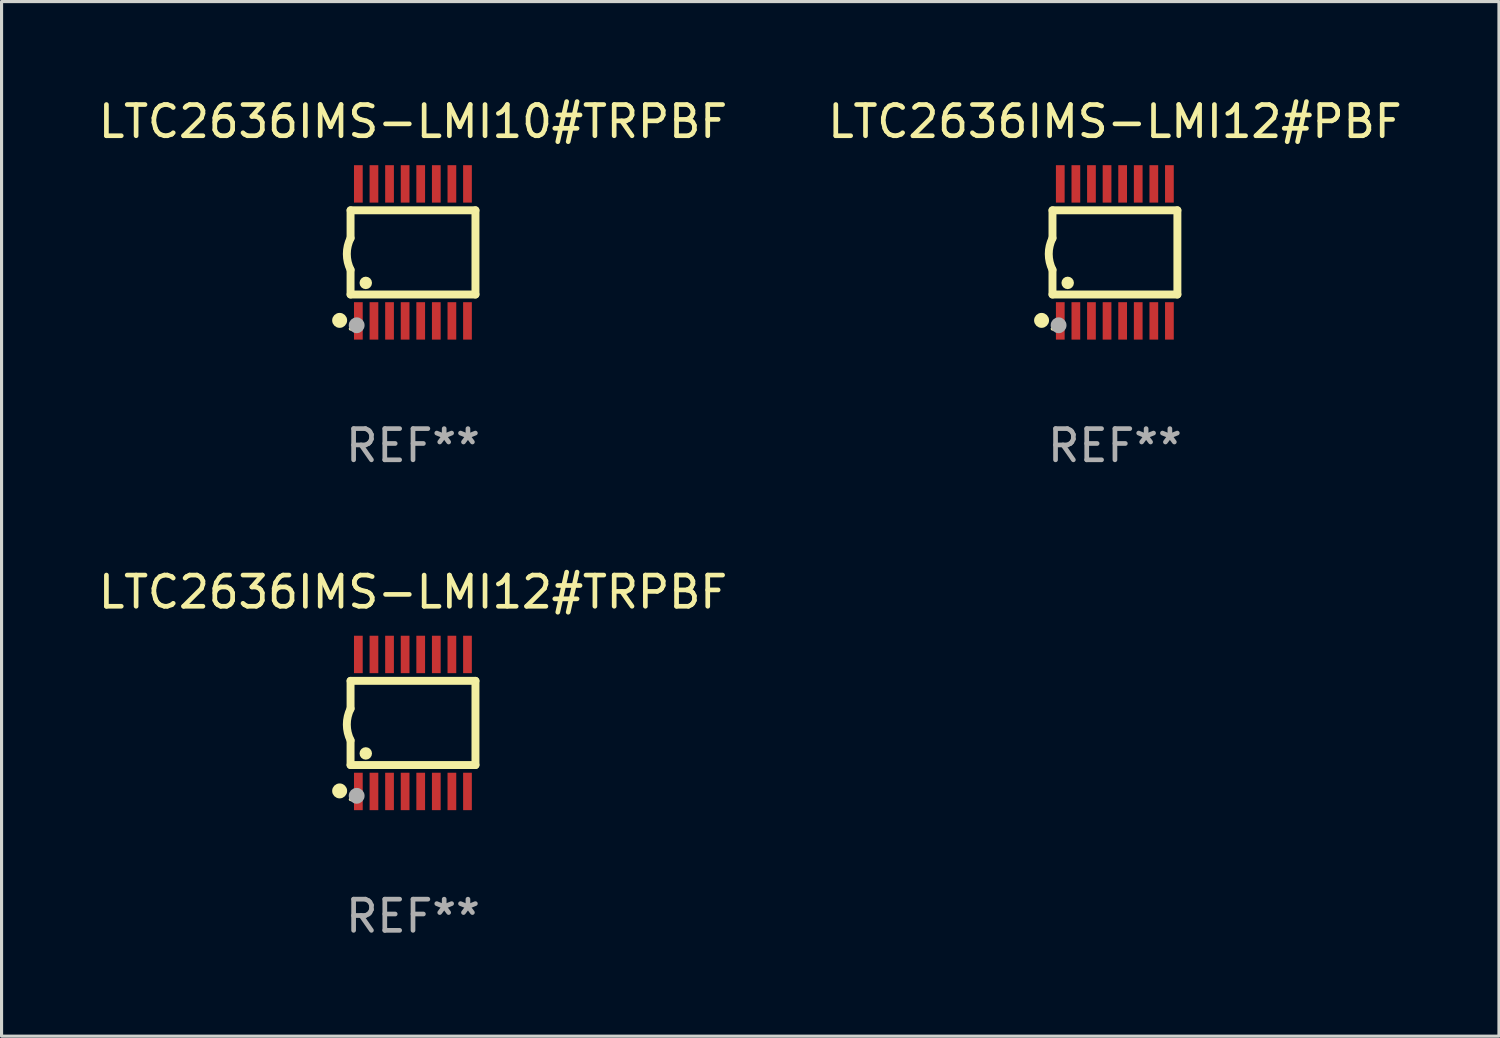
<source format=kicad_pcb>
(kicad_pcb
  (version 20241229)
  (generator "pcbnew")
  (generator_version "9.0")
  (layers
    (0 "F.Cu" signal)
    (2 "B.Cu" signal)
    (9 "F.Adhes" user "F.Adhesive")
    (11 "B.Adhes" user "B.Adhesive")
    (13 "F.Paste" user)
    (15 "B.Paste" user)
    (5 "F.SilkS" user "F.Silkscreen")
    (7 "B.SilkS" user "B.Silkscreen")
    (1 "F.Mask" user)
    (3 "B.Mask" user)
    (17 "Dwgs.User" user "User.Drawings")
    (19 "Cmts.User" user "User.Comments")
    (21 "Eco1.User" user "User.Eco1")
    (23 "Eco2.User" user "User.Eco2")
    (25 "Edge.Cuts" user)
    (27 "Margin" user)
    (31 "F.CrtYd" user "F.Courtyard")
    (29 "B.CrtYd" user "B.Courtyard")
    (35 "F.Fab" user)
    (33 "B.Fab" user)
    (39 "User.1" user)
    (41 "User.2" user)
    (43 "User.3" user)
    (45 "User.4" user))
  (footprint "LTC2636IMS-LMI10#TRPBF"
    (layer "F.Cu")
    (at 10.196 5.045)
    (property "Reference" "LTC2636IMS-LMI10#TRPBF" (at 0 -4.197 0) (layer "F.SilkS") (effects (font (size 1 1) (thickness 0.15))))
    (attr through_hole)
    (fp_line (start -2.003 -1.35) (end -2.003 -0.457) (stroke (width 0.254) (type solid)) (layer "F.SilkS"))
    (fp_line (start -2.003 -1.35) (end 2.003 -1.35) (stroke (width 0.254) (type solid)) (layer "F.SilkS"))
    (fp_line (start -2.003 1.35) (end -2.003 0.559) (stroke (width 0.254) (type solid)) (layer "F.SilkS"))
    (fp_line (start -2.003 1.35) (end 2.003 1.35) (stroke (width 0.254) (type solid)) (layer "F.SilkS"))
    (fp_line (start 2.003 -1.35) (end 2.003 1.35) (stroke (width 0.254) (type solid)) (layer "F.SilkS"))
    (fp_arc (start -2.002286 0.558802) (mid -2.122556 0.05092) (end -2.003302 -0.457201) (stroke (width 0.254001) (type solid)) (layer "F.SilkS"))
    (fp_circle (center -2.353 2.18) (end -2.233 2.18) (stroke (width 0.24) (type solid)) (fill no) (layer "F.SilkS"))
    (fp_circle (center -2.003 2.45) (end -1.973 2.45) (stroke (width 0.06) (type solid)) (fill no) (layer "F.SilkS"))
    (fp_circle (center -1.515 0.978) (end -1.415 0.978) (stroke (width 0.2) (type solid)) (fill no) (layer "F.SilkS"))
    (fp_circle (center -1.807 2.337) (end -1.68 2.337) (stroke (width 0.254) (type solid)) (fill no) (layer "F.Fab"))
    (fp_text user "REF**" (at 0 6.197 0) (layer "F.Fab") (effects (font (size 1 1) (thickness 0.15))))
    (pad "1" smd rect (at -1.753 2.197 90) (size 1.2 0.28) (layers "F.Cu" "F.Mask" "F.Paste"))
    (pad "2" smd rect (at -1.253 2.197 90) (size 1.2 0.28) (layers "F.Cu" "F.Mask" "F.Paste"))
    (pad "3" smd rect (at -0.753 2.197 90) (size 1.2 0.28) (layers "F.Cu" "F.Mask" "F.Paste"))
    (pad "4" smd rect (at -0.253 2.197 90) (size 1.2 0.28) (layers "F.Cu" "F.Mask" "F.Paste"))
    (pad "5" smd rect (at 0.247 2.197 90) (size 1.2 0.28) (layers "F.Cu" "F.Mask" "F.Paste"))
    (pad "6" smd rect (at 0.747 2.197 90) (size 1.2 0.28) (layers "F.Cu" "F.Mask" "F.Paste"))
    (pad "7" smd rect (at 1.247 2.197 90) (size 1.2 0.28) (layers "F.Cu" "F.Mask" "F.Paste"))
    (pad "8" smd rect (at 1.747 2.197 90) (size 1.2 0.28) (layers "F.Cu" "F.Mask" "F.Paste"))
    (pad "9" smd rect (at 1.747 -2.197 90) (size 1.2 0.28) (layers "F.Cu" "F.Mask" "F.Paste"))
    (pad "10" smd rect (at 1.247 -2.197 90) (size 1.2 0.28) (layers "F.Cu" "F.Mask" "F.Paste"))
    (pad "11" smd rect (at 0.747 -2.197 90) (size 1.2 0.28) (layers "F.Cu" "F.Mask" "F.Paste"))
    (pad "12" smd rect (at 0.247 -2.197 90) (size 1.2 0.28) (layers "F.Cu" "F.Mask" "F.Paste"))
    (pad "13" smd rect (at -0.253 -2.197 90) (size 1.2 0.28) (layers "F.Cu" "F.Mask" "F.Paste"))
    (pad "14" smd rect (at -0.753 -2.197 90) (size 1.2 0.28) (layers "F.Cu" "F.Mask" "F.Paste"))
    (pad "15" smd rect (at -1.253 -2.197 90) (size 1.2 0.28) (layers "F.Cu" "F.Mask" "F.Paste"))
    (pad "16" smd rect (at -1.753 -2.197 90) (size 1.2 0.28) (layers "F.Cu" "F.Mask" "F.Paste")))
  (footprint "LTC2636IMS-LMI12#TRPBF"
    (layer "F.Cu")
    (at 10.196 20.136)
    (property "Reference" "LTC2636IMS-LMI12#TRPBF" (at 0 -4.197 0) (layer "F.SilkS") (effects (font (size 1 1) (thickness 0.15))))
    (attr through_hole)
    (fp_line (start -2.003 -1.35) (end -2.003 -0.457) (stroke (width 0.254) (type solid)) (layer "F.SilkS"))
    (fp_line (start -2.003 -1.35) (end 2.003 -1.35) (stroke (width 0.254) (type solid)) (layer "F.SilkS"))
    (fp_line (start -2.003 1.35) (end -2.003 0.559) (stroke (width 0.254) (type solid)) (layer "F.SilkS"))
    (fp_line (start -2.003 1.35) (end 2.003 1.35) (stroke (width 0.254) (type solid)) (layer "F.SilkS"))
    (fp_line (start 2.003 -1.35) (end 2.003 1.35) (stroke (width 0.254) (type solid)) (layer "F.SilkS"))
    (fp_arc (start -2.002286 0.558802) (mid -2.122556 0.05092) (end -2.003302 -0.457201) (stroke (width 0.254001) (type solid)) (layer "F.SilkS"))
    (fp_circle (center -2.353 2.18) (end -2.233 2.18) (stroke (width 0.24) (type solid)) (fill no) (layer "F.SilkS"))
    (fp_circle (center -2.003 2.45) (end -1.973 2.45) (stroke (width 0.06) (type solid)) (fill no) (layer "F.SilkS"))
    (fp_circle (center -1.515 0.978) (end -1.415 0.978) (stroke (width 0.2) (type solid)) (fill no) (layer "F.SilkS"))
    (fp_circle (center -1.807 2.337) (end -1.68 2.337) (stroke (width 0.254) (type solid)) (fill no) (layer "F.Fab"))
    (fp_text user "REF**" (at 0 6.197 0) (layer "F.Fab") (effects (font (size 1 1) (thickness 0.15))))
    (pad "1" smd rect (at -1.753 2.197 90) (size 1.2 0.28) (layers "F.Cu" "F.Mask" "F.Paste"))
    (pad "2" smd rect (at -1.253 2.197 90) (size 1.2 0.28) (layers "F.Cu" "F.Mask" "F.Paste"))
    (pad "3" smd rect (at -0.753 2.197 90) (size 1.2 0.28) (layers "F.Cu" "F.Mask" "F.Paste"))
    (pad "4" smd rect (at -0.253 2.197 90) (size 1.2 0.28) (layers "F.Cu" "F.Mask" "F.Paste"))
    (pad "5" smd rect (at 0.247 2.197 90) (size 1.2 0.28) (layers "F.Cu" "F.Mask" "F.Paste"))
    (pad "6" smd rect (at 0.747 2.197 90) (size 1.2 0.28) (layers "F.Cu" "F.Mask" "F.Paste"))
    (pad "7" smd rect (at 1.247 2.197 90) (size 1.2 0.28) (layers "F.Cu" "F.Mask" "F.Paste"))
    (pad "8" smd rect (at 1.747 2.197 90) (size 1.2 0.28) (layers "F.Cu" "F.Mask" "F.Paste"))
    (pad "9" smd rect (at 1.747 -2.197 90) (size 1.2 0.28) (layers "F.Cu" "F.Mask" "F.Paste"))
    (pad "10" smd rect (at 1.247 -2.197 90) (size 1.2 0.28) (layers "F.Cu" "F.Mask" "F.Paste"))
    (pad "11" smd rect (at 0.747 -2.197 90) (size 1.2 0.28) (layers "F.Cu" "F.Mask" "F.Paste"))
    (pad "12" smd rect (at 0.247 -2.197 90) (size 1.2 0.28) (layers "F.Cu" "F.Mask" "F.Paste"))
    (pad "13" smd rect (at -0.253 -2.197 90) (size 1.2 0.28) (layers "F.Cu" "F.Mask" "F.Paste"))
    (pad "14" smd rect (at -0.753 -2.197 90) (size 1.2 0.28) (layers "F.Cu" "F.Mask" "F.Paste"))
    (pad "15" smd rect (at -1.253 -2.197 90) (size 1.2 0.28) (layers "F.Cu" "F.Mask" "F.Paste"))
    (pad "16" smd rect (at -1.753 -2.197 90) (size 1.2 0.28) (layers "F.Cu" "F.Mask" "F.Paste")))
  (footprint "LTC2636IMS-LMI12#PBF"
    (layer "F.Cu")
    (at 32.708 5.045)
    (property "Reference" "LTC2636IMS-LMI12#PBF" (at 0 -4.197 0) (layer "F.SilkS") (effects (font (size 1 1) (thickness 0.15))))
    (attr through_hole)
    (fp_line (start -2.003 -1.35) (end -2.003 -0.457) (stroke (width 0.254) (type solid)) (layer "F.SilkS"))
    (fp_line (start -2.003 -1.35) (end 2.003 -1.35) (stroke (width 0.254) (type solid)) (layer "F.SilkS"))
    (fp_line (start -2.003 1.35) (end -2.003 0.559) (stroke (width 0.254) (type solid)) (layer "F.SilkS"))
    (fp_line (start -2.003 1.35) (end 2.003 1.35) (stroke (width 0.254) (type solid)) (layer "F.SilkS"))
    (fp_line (start 2.003 -1.35) (end 2.003 1.35) (stroke (width 0.254) (type solid)) (layer "F.SilkS"))
    (fp_arc (start -2.002286 0.558802) (mid -2.122556 0.05092) (end -2.003302 -0.457201) (stroke (width 0.254001) (type solid)) (layer "F.SilkS"))
    (fp_circle (center -2.353 2.18) (end -2.233 2.18) (stroke (width 0.24) (type solid)) (fill no) (layer "F.SilkS"))
    (fp_circle (center -2.003 2.45) (end -1.973 2.45) (stroke (width 0.06) (type solid)) (fill no) (layer "F.SilkS"))
    (fp_circle (center -1.515 0.978) (end -1.415 0.978) (stroke (width 0.2) (type solid)) (fill no) (layer "F.SilkS"))
    (fp_circle (center -1.807 2.337) (end -1.68 2.337) (stroke (width 0.254) (type solid)) (fill no) (layer "F.Fab"))
    (fp_text user "REF**" (at 0 6.197 0) (layer "F.Fab") (effects (font (size 1 1) (thickness 0.15))))
    (pad "1" smd rect (at -1.753 2.197 90) (size 1.2 0.28) (layers "F.Cu" "F.Mask" "F.Paste"))
    (pad "2" smd rect (at -1.253 2.197 90) (size 1.2 0.28) (layers "F.Cu" "F.Mask" "F.Paste"))
    (pad "3" smd rect (at -0.753 2.197 90) (size 1.2 0.28) (layers "F.Cu" "F.Mask" "F.Paste"))
    (pad "4" smd rect (at -0.253 2.197 90) (size 1.2 0.28) (layers "F.Cu" "F.Mask" "F.Paste"))
    (pad "5" smd rect (at 0.247 2.197 90) (size 1.2 0.28) (layers "F.Cu" "F.Mask" "F.Paste"))
    (pad "6" smd rect (at 0.747 2.197 90) (size 1.2 0.28) (layers "F.Cu" "F.Mask" "F.Paste"))
    (pad "7" smd rect (at 1.247 2.197 90) (size 1.2 0.28) (layers "F.Cu" "F.Mask" "F.Paste"))
    (pad "8" smd rect (at 1.747 2.197 90) (size 1.2 0.28) (layers "F.Cu" "F.Mask" "F.Paste"))
    (pad "9" smd rect (at 1.747 -2.197 90) (size 1.2 0.28) (layers "F.Cu" "F.Mask" "F.Paste"))
    (pad "10" smd rect (at 1.247 -2.197 90) (size 1.2 0.28) (layers "F.Cu" "F.Mask" "F.Paste"))
    (pad "11" smd rect (at 0.747 -2.197 90) (size 1.2 0.28) (layers "F.Cu" "F.Mask" "F.Paste"))
    (pad "12" smd rect (at 0.247 -2.197 90) (size 1.2 0.28) (layers "F.Cu" "F.Mask" "F.Paste"))
    (pad "13" smd rect (at -0.253 -2.197 90) (size 1.2 0.28) (layers "F.Cu" "F.Mask" "F.Paste"))
    (pad "14" smd rect (at -0.753 -2.197 90) (size 1.2 0.28) (layers "F.Cu" "F.Mask" "F.Paste"))
    (pad "15" smd rect (at -1.253 -2.197 90) (size 1.2 0.28) (layers "F.Cu" "F.Mask" "F.Paste"))
    (pad "16" smd rect (at -1.753 -2.197 90) (size 1.2 0.28) (layers "F.Cu" "F.Mask" "F.Paste")))
  (gr_rect
    (start -3 -3)
    (end 45.024 30.181)
    (stroke (width 0.1) (type default))
    (fill no)
    (layer "Edge.Cuts")))
</source>
